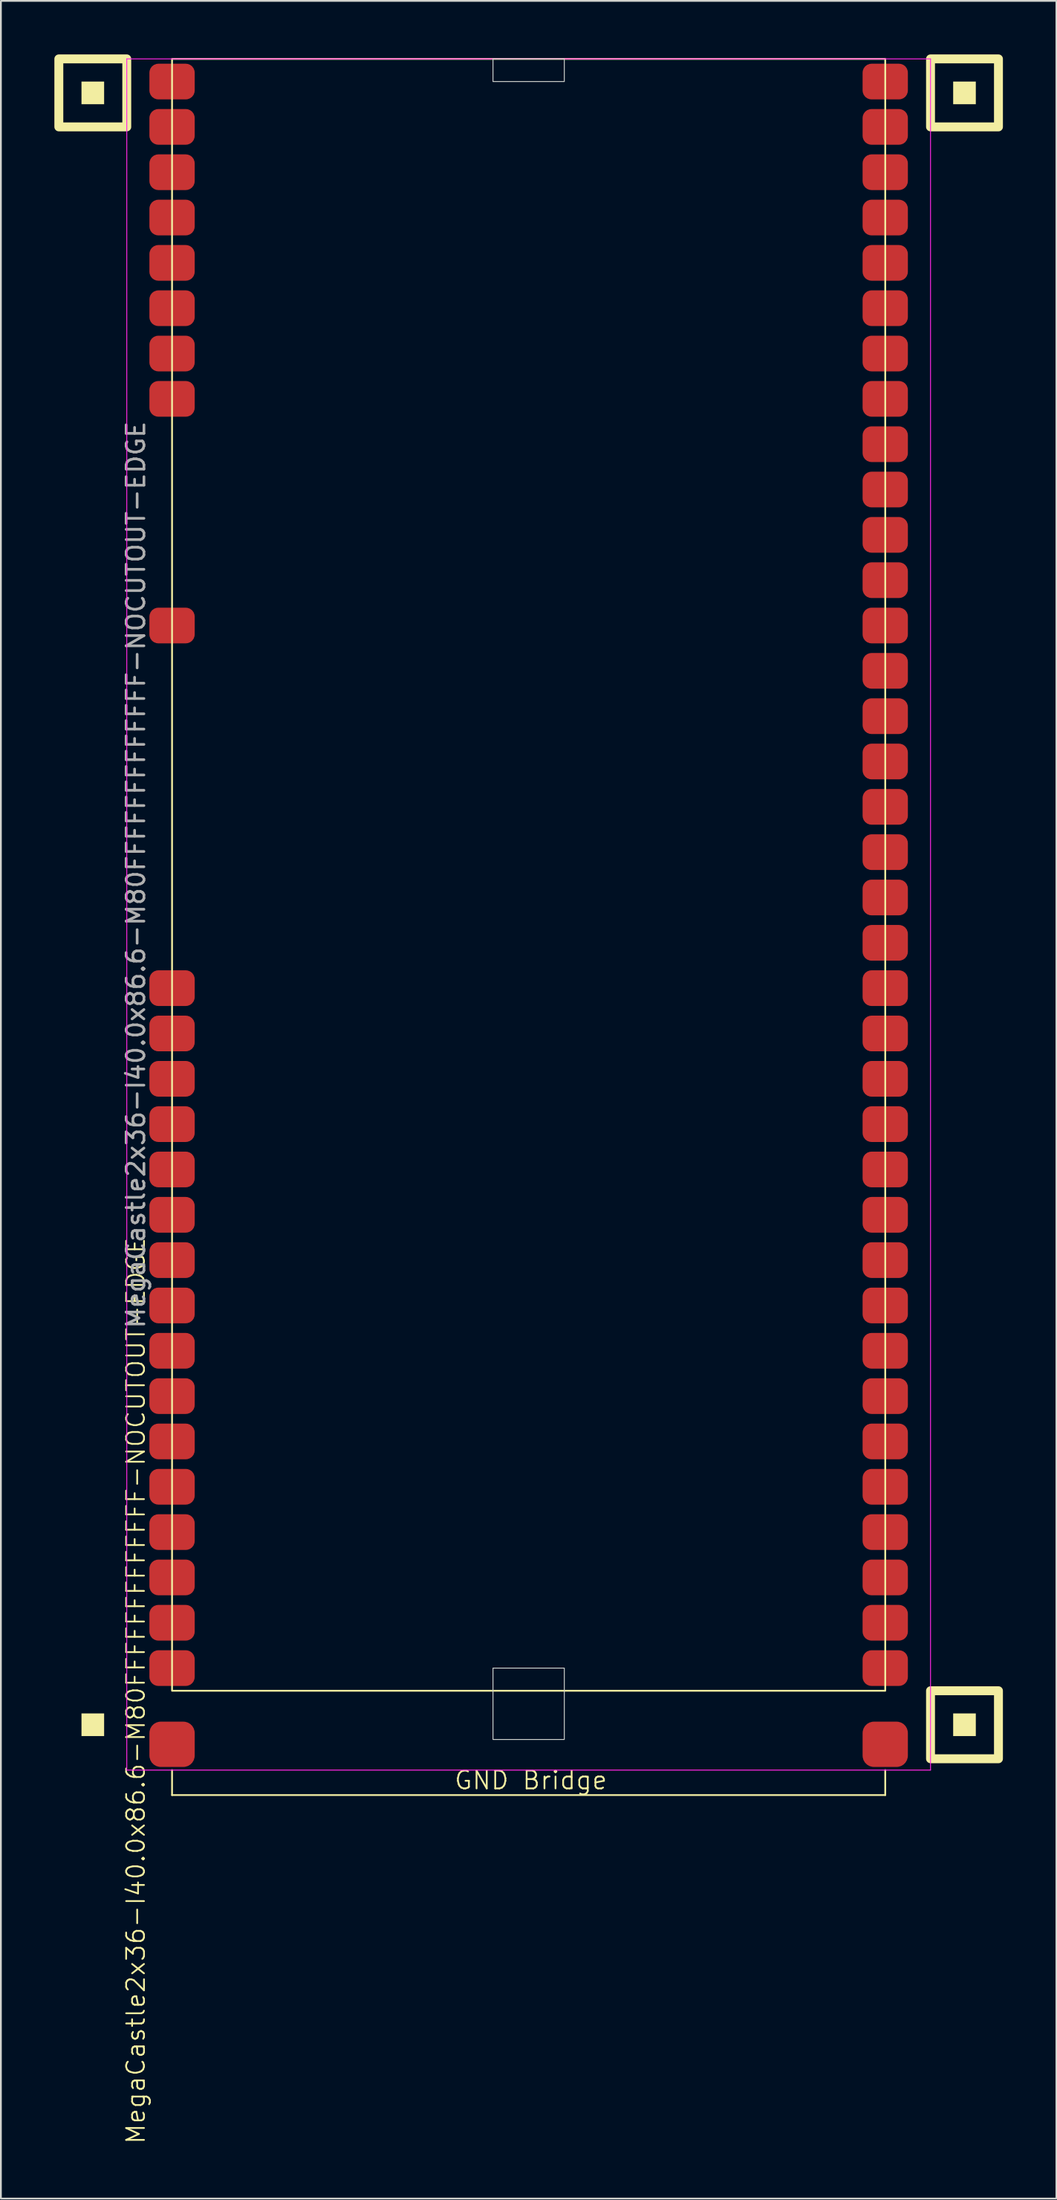
<source format=kicad_pcb>
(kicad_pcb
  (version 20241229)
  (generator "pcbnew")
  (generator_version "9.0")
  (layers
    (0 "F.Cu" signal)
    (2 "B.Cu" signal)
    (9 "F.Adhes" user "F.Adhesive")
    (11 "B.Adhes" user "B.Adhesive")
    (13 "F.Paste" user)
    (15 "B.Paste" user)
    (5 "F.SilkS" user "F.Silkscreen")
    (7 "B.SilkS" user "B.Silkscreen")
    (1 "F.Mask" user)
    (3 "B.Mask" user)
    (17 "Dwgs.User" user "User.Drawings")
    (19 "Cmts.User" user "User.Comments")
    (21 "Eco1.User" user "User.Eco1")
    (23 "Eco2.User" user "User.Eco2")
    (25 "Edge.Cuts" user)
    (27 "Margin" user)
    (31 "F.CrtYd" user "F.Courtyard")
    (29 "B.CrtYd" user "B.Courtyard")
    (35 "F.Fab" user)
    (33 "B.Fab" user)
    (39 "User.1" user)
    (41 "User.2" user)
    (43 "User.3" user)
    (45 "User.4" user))
  (footprint "MegaCastle2x36-I40.0x86.6-M80FFFFFFFFFFFFF-NOCUTOUT-EDGE"
    (layer "F.Cu")
    (at 26.6 45.97)
    (property "Reference" "MegaCastle2x36-I40.0x86.6-M80FFFFFFFFFFFFF-NOCUTOUT-EDGE" (at -22.032 45.72 90) (unlocked yes) (layer "F.SilkS") (effects (font (size 1 1) (thickness 0.1))))
    (attr smd)
    (fp_line (start -20 50.165) (end -20 51.565) (stroke (width 0.1) (type default)) (layer "F.SilkS"))
    (fp_line (start -20 51.565) (end 20 51.565) (stroke (width 0.1) (type default)) (layer "F.SilkS"))
    (fp_line (start 20 50.165) (end 20 51.565) (stroke (width 0.1) (type default)) (layer "F.SilkS"))
    (fp_rect (start -23.81 -43.18) (end -25.08 -44.45) (stroke (width 0) (type solid)) (fill yes) (layer "F.SilkS"))
    (fp_rect (start -23.81 48.26) (end -25.08 46.99) (stroke (width 0) (type solid)) (fill yes) (layer "F.SilkS"))
    (fp_rect (start -22.54 -41.91) (end -26.35 -45.72) (stroke (width 0.5) (type default)) (fill no) (layer "F.SilkS"))
    (fp_rect (start -20 -45.72) (end 20 45.72) (stroke (width 0.1) (type default)) (fill no) (layer "F.SilkS"))
    (fp_rect (start 25.08 -43.18) (end 23.81 -44.45) (stroke (width 0) (type solid)) (fill yes) (layer "F.SilkS"))
    (fp_rect (start 25.08 48.26) (end 23.81 46.99) (stroke (width 0) (type solid)) (fill yes) (layer "F.SilkS"))
    (fp_rect (start 26.35 -41.91) (end 22.54 -45.72) (stroke (width 0.5) (type default)) (fill no) (layer "F.SilkS"))
    (fp_rect (start 26.35 49.53) (end 22.54 45.72) (stroke (width 0.5) (type default)) (fill no) (layer "F.SilkS"))
    (fp_rect (start -2 -44.45) (end 2 -45.72) (stroke (width 0.05) (type default)) (fill no) (layer "Edge.Cuts"))
    (fp_rect (start -2 44.45) (end 2 48.45) (stroke (width 0.05) (type default)) (fill no) (layer "Edge.Cuts"))
    (fp_line (start -22.54 -45.72) (end -22.54 50.165) (stroke (width 0.05) (type default)) (layer "F.CrtYd"))
    (fp_line (start -22.54 50.165) (end 22.54 50.165) (stroke (width 0.05) (type default)) (layer "F.CrtYd"))
    (fp_line (start 22.54 -45.72) (end -22.54 -45.72) (stroke (width 0.05) (type default)) (layer "F.CrtYd"))
    (fp_line (start 22.54 -45.72) (end 22.54 50.165) (stroke (width 0.05) (type default)) (layer "F.CrtYd"))
    (fp_text user "GND Bridge" (at -4.226 51.32 0) (unlocked yes) (layer "F.SilkS") (effects (font (size 1 1) (thickness 0.1)) (justify left bottom)))
    (fp_text user "${REFERENCE}" (at -22.032 0 90) (unlocked yes) (layer "F.Fab") (effects (font (size 1 1) (thickness 0.15))))
    (pad "1" smd roundrect (at -20 -44.45) (size 2.54 2) (layers "F.Cu" "F.Mask" "F.Paste") (roundrect_rratio 0.25))
    (pad "2" smd roundrect (at -20 -41.91) (size 2.54 2) (layers "F.Cu" "F.Mask" "F.Paste") (roundrect_rratio 0.25))
    (pad "3" smd roundrect (at -20 -39.37) (size 2.54 2) (layers "F.Cu" "F.Mask" "F.Paste") (roundrect_rratio 0.25))
    (pad "4" smd roundrect (at -20 -36.83) (size 2.54 2) (layers "F.Cu" "F.Mask" "F.Paste") (roundrect_rratio 0.25))
    (pad "5" smd roundrect (at -20 -34.29) (size 2.54 2) (layers "F.Cu" "F.Mask" "F.Paste") (roundrect_rratio 0.25))
    (pad "6" smd roundrect (at -20 -31.75) (size 2.54 2) (layers "F.Cu" "F.Mask" "F.Paste") (roundrect_rratio 0.25))
    (pad "7" smd roundrect (at -20 -29.21) (size 2.54 2) (layers "F.Cu" "F.Mask" "F.Paste") (roundrect_rratio 0.25))
    (pad "8" smd roundrect (at -20 -26.67) (size 2.54 2) (layers "F.Cu" "F.Mask" "F.Paste") (roundrect_rratio 0.25))
    (pad "13" smd roundrect (at -20 -13.97) (size 2.54 2) (layers "F.Cu" "F.Mask" "F.Paste") (roundrect_rratio 0.25))
    (pad "21" smd roundrect (at -20 6.35) (size 2.54 2) (layers "F.Cu" "F.Mask" "F.Paste") (roundrect_rratio 0.25))
    (pad "22" smd roundrect (at -20 8.89) (size 2.54 2) (layers "F.Cu" "F.Mask" "F.Paste") (roundrect_rratio 0.25))
    (pad "23" smd roundrect (at -20 11.43) (size 2.54 2) (layers "F.Cu" "F.Mask" "F.Paste") (roundrect_rratio 0.25))
    (pad "24" smd roundrect (at -20 13.97) (size 2.54 2) (layers "F.Cu" "F.Mask" "F.Paste") (roundrect_rratio 0.25))
    (pad "25" smd roundrect (at -20 16.51) (size 2.54 2) (layers "F.Cu" "F.Mask" "F.Paste") (roundrect_rratio 0.25))
    (pad "26" smd roundrect (at -20 19.05) (size 2.54 2) (layers "F.Cu" "F.Mask" "F.Paste") (roundrect_rratio 0.25))
    (pad "27" smd roundrect (at -20 21.59) (size 2.54 2) (layers "F.Cu" "F.Mask" "F.Paste") (roundrect_rratio 0.25))
    (pad "28" smd roundrect (at -20 24.13) (size 2.54 2) (layers "F.Cu" "F.Mask" "F.Paste") (roundrect_rratio 0.25))
    (pad "29" smd roundrect (at -20 26.67) (size 2.54 2) (layers "F.Cu" "F.Mask" "F.Paste") (roundrect_rratio 0.25))
    (pad "30" smd roundrect (at -20 29.21) (size 2.54 2) (layers "F.Cu" "F.Mask" "F.Paste") (roundrect_rratio 0.25))
    (pad "31" smd roundrect (at -20 31.75) (size 2.54 2) (layers "F.Cu" "F.Mask" "F.Paste") (roundrect_rratio 0.25))
    (pad "32" smd roundrect (at -20 34.29) (size 2.54 2) (layers "F.Cu" "F.Mask" "F.Paste") (roundrect_rratio 0.25))
    (pad "33" smd roundrect (at -20 36.83) (size 2.54 2) (layers "F.Cu" "F.Mask" "F.Paste") (roundrect_rratio 0.25))
    (pad "34" smd roundrect (at -20 39.37) (size 2.54 2) (layers "F.Cu" "F.Mask" "F.Paste") (roundrect_rratio 0.25))
    (pad "35" smd roundrect (at -20 41.91) (size 2.54 2) (layers "F.Cu" "F.Mask" "F.Paste") (roundrect_rratio 0.25))
    (pad "36" smd roundrect (at -20 44.45) (size 2.54 2) (layers "F.Cu" "F.Mask" "F.Paste") (roundrect_rratio 0.25))
    (pad "37" smd roundrect (at 20 -44.45) (size 2.54 2) (layers "F.Cu" "F.Mask" "F.Paste") (roundrect_rratio 0.25))
    (pad "38" smd roundrect (at 20 -41.91) (size 2.54 2) (layers "F.Cu" "F.Mask" "F.Paste") (roundrect_rratio 0.25))
    (pad "39" smd roundrect (at 20 -39.37) (size 2.54 2) (layers "F.Cu" "F.Mask" "F.Paste") (roundrect_rratio 0.25))
    (pad "40" smd roundrect (at 20 -36.83) (size 2.54 2) (layers "F.Cu" "F.Mask" "F.Paste") (roundrect_rratio 0.25))
    (pad "41" smd roundrect (at 20 -34.29) (size 2.54 2) (layers "F.Cu" "F.Mask" "F.Paste") (roundrect_rratio 0.25))
    (pad "42" smd roundrect (at 20 -31.75) (size 2.54 2) (layers "F.Cu" "F.Mask" "F.Paste") (roundrect_rratio 0.25))
    (pad "43" smd roundrect (at 20 -29.21) (size 2.54 2) (layers "F.Cu" "F.Mask" "F.Paste") (roundrect_rratio 0.25))
    (pad "44" smd roundrect (at 20 -26.67) (size 2.54 2) (layers "F.Cu" "F.Mask" "F.Paste") (roundrect_rratio 0.25))
    (pad "45" smd roundrect (at 20 -24.13) (size 2.54 2) (layers "F.Cu" "F.Mask" "F.Paste") (roundrect_rratio 0.25))
    (pad "46" smd roundrect (at 20 -21.59) (size 2.54 2) (layers "F.Cu" "F.Mask" "F.Paste") (roundrect_rratio 0.25))
    (pad "47" smd roundrect (at 20 -19.05) (size 2.54 2) (layers "F.Cu" "F.Mask" "F.Paste") (roundrect_rratio 0.25))
    (pad "48" smd roundrect (at 20 -16.51) (size 2.54 2) (layers "F.Cu" "F.Mask" "F.Paste") (roundrect_rratio 0.25))
    (pad "49" smd roundrect (at 20 -13.97) (size 2.54 2) (layers "F.Cu" "F.Mask" "F.Paste") (roundrect_rratio 0.25))
    (pad "50" smd roundrect (at 20 -11.43) (size 2.54 2) (layers "F.Cu" "F.Mask" "F.Paste") (roundrect_rratio 0.25))
    (pad "51" smd roundrect (at 20 -8.89) (size 2.54 2) (layers "F.Cu" "F.Mask" "F.Paste") (roundrect_rratio 0.25))
    (pad "52" smd roundrect (at 20 -6.35) (size 2.54 2) (layers "F.Cu" "F.Mask" "F.Paste") (roundrect_rratio 0.25))
    (pad "53" smd roundrect (at 20 -3.81) (size 2.54 2) (layers "F.Cu" "F.Mask" "F.Paste") (roundrect_rratio 0.25))
    (pad "54" smd roundrect (at 20 -1.27) (size 2.54 2) (layers "F.Cu" "F.Mask" "F.Paste") (roundrect_rratio 0.25))
    (pad "55" smd roundrect (at 20 1.27) (size 2.54 2) (layers "F.Cu" "F.Mask" "F.Paste") (roundrect_rratio 0.25))
    (pad "56" smd roundrect (at 20 3.81) (size 2.54 2) (layers "F.Cu" "F.Mask" "F.Paste") (roundrect_rratio 0.25))
    (pad "57" smd roundrect (at 20 6.35) (size 2.54 2) (layers "F.Cu" "F.Mask" "F.Paste") (roundrect_rratio 0.25))
    (pad "58" smd roundrect (at 20 8.89) (size 2.54 2) (layers "F.Cu" "F.Mask" "F.Paste") (roundrect_rratio 0.25))
    (pad "59" smd roundrect (at 20 11.43) (size 2.54 2) (layers "F.Cu" "F.Mask" "F.Paste") (roundrect_rratio 0.25))
    (pad "60" smd roundrect (at 20 13.97) (size 2.54 2) (layers "F.Cu" "F.Mask" "F.Paste") (roundrect_rratio 0.25))
    (pad "61" smd roundrect (at 20 16.51) (size 2.54 2) (layers "F.Cu" "F.Mask" "F.Paste") (roundrect_rratio 0.25))
    (pad "62" smd roundrect (at 20 19.05) (size 2.54 2) (layers "F.Cu" "F.Mask" "F.Paste") (roundrect_rratio 0.25))
    (pad "63" smd roundrect (at 20 21.59) (size 2.54 2) (layers "F.Cu" "F.Mask" "F.Paste") (roundrect_rratio 0.25))
    (pad "64" smd roundrect (at 20 24.13) (size 2.54 2) (layers "F.Cu" "F.Mask" "F.Paste") (roundrect_rratio 0.25))
    (pad "65" smd roundrect (at 20 26.67) (size 2.54 2) (layers "F.Cu" "F.Mask" "F.Paste") (roundrect_rratio 0.25))
    (pad "66" smd roundrect (at 20 29.21) (size 2.54 2) (layers "F.Cu" "F.Mask" "F.Paste") (roundrect_rratio 0.25))
    (pad "67" smd roundrect (at 20 31.75) (size 2.54 2) (layers "F.Cu" "F.Mask" "F.Paste") (roundrect_rratio 0.25))
    (pad "68" smd roundrect (at 20 34.29) (size 2.54 2) (layers "F.Cu" "F.Mask" "F.Paste") (roundrect_rratio 0.25))
    (pad "69" smd roundrect (at 20 36.83) (size 2.54 2) (layers "F.Cu" "F.Mask" "F.Paste") (roundrect_rratio 0.25))
    (pad "70" smd roundrect (at 20 39.37) (size 2.54 2) (layers "F.Cu" "F.Mask" "F.Paste") (roundrect_rratio 0.25))
    (pad "71" smd roundrect (at 20 41.91) (size 2.54 2) (layers "F.Cu" "F.Mask" "F.Paste") (roundrect_rratio 0.25))
    (pad "72" smd roundrect (at 20 44.45) (size 2.54 2) (layers "F.Cu" "F.Mask" "F.Paste") (roundrect_rratio 0.25))
    (pad "B1" smd roundrect (at -20 48.72) (size 2.54 2.54) (layers "F.Cu" "F.Mask" "F.Paste") (roundrect_rratio 0.25))
    (pad "B2" smd roundrect (at 20 48.72) (size 2.54 2.54) (layers "F.Cu" "F.Mask" "F.Paste") (roundrect_rratio 0.25)))
  (gr_rect
    (start -3 -3)
    (end 56.2 120.145)
    (stroke (width 0.1) (type default))
    (fill no)
    (layer "Edge.Cuts")))
</source>
